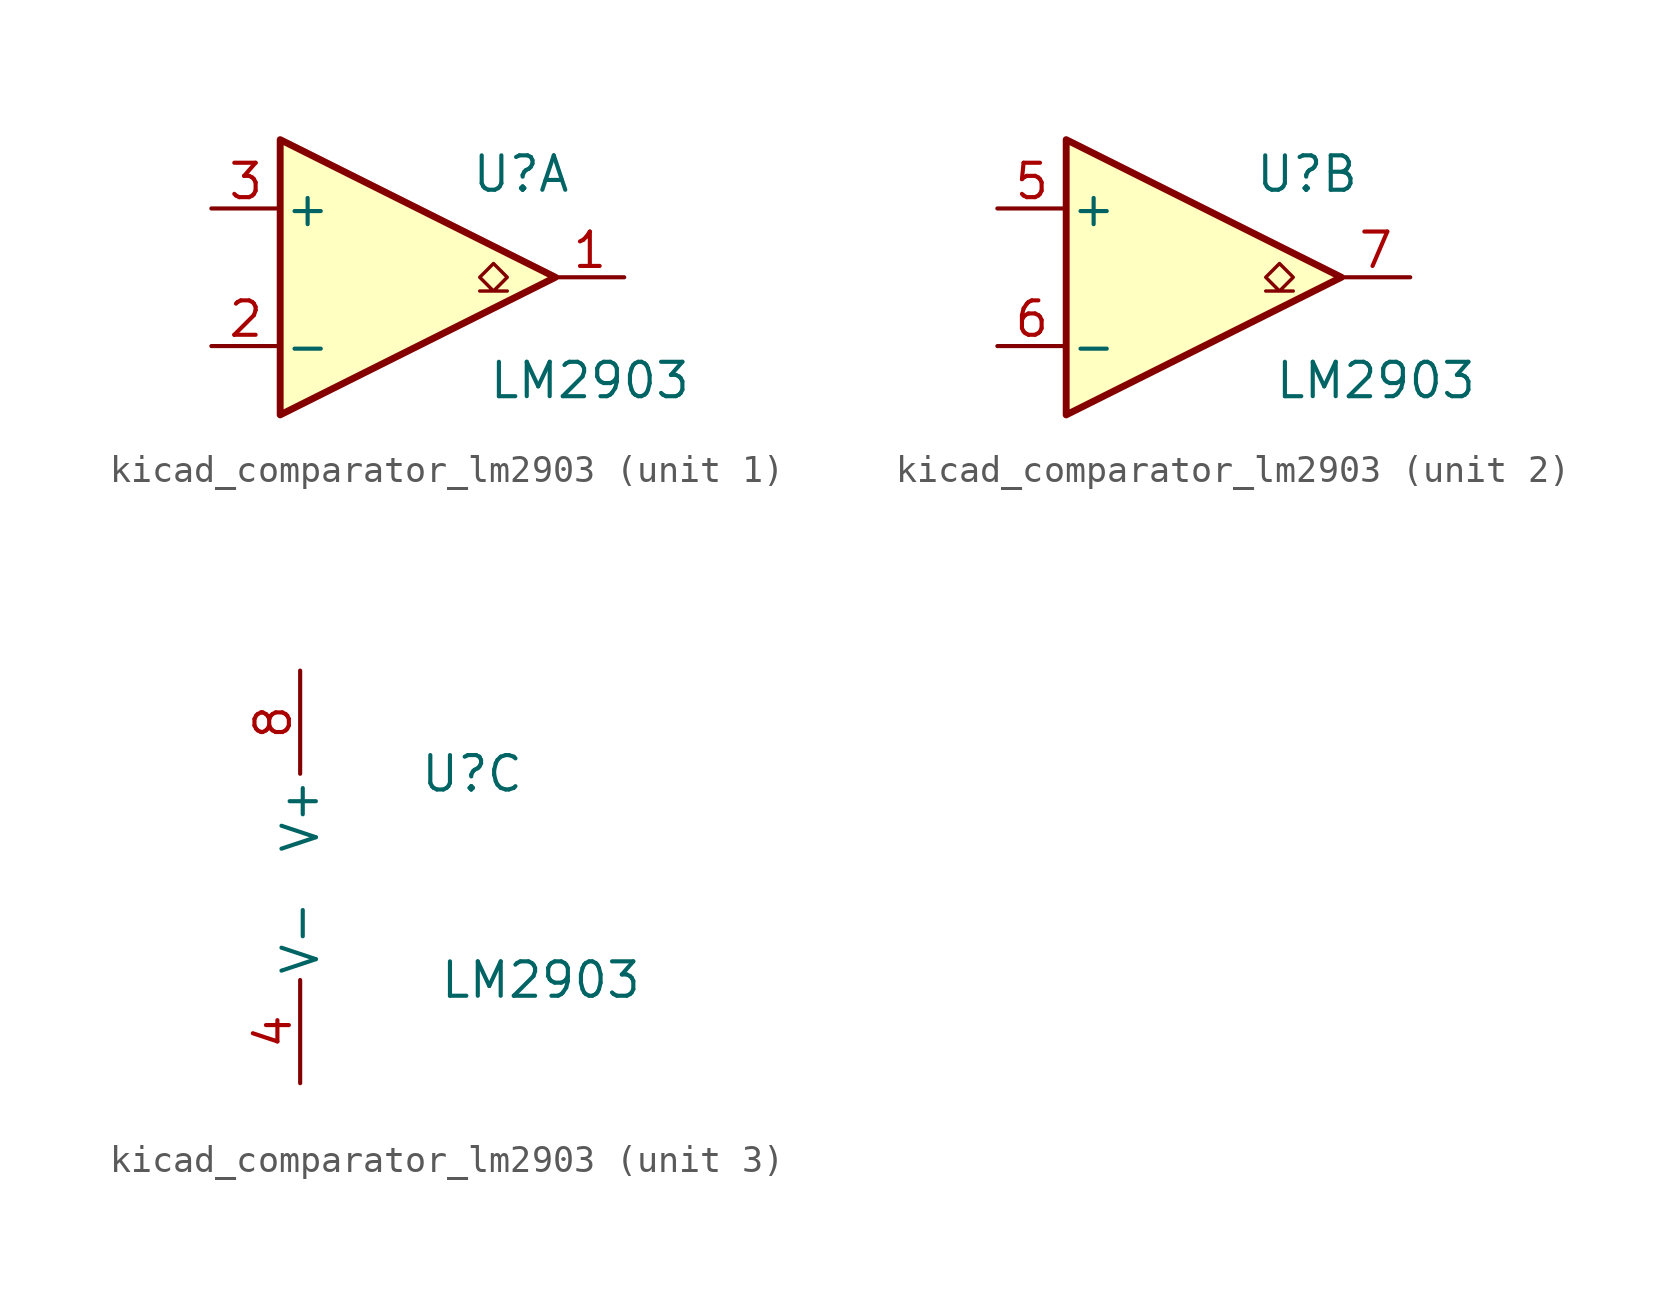
<source format=kicad_sym>
(kicad_symbol_lib
  (version 20220914)
  (generator kicad_symbol_editor)
  (symbol "kicad_comparator_lm2903"
    (pin_names
      (offset 0.127))
    (property "Reference" "U"
      (at 3.81 3.81 0)
      (effects (font (size 1.27 1.27))))
    (property "Value" "LM2903"
      (at 6.35 -3.81 0)
      (effects (font (size 1.27 1.27))))
    (property "ki_locked" ""
      (at 0 0 0)
      (effects (font (size 1.27 1.27))))
    (symbol "kicad_comparator_lm2903_1_1"
      (polyline (pts (xy -5.08 5.08) (xy 5.08 0) (xy -5.08 -5.08) (xy -5.08 5.08)) (stroke (width 0.254) (type default)) (fill (type background)))
      (polyline (pts (xy 3.302 -0.508) (xy 2.794 -0.508) (xy 3.302 0) (xy 2.794 0.508) (xy 2.286 0) (xy 2.794 -0.508) (xy 2.286 -0.508)) (stroke (width 0.127) (type default)) (fill (type none)))
      (pin open_collector line (at 7.62 0 180) (length 2.54) (name "~" (effects (font (size 1.27 1.27)))) (number "1" (effects (font (size 1.27 1.27)))))
      (pin input line (at -7.62 -2.54 0) (length 2.54) (name "-" (effects (font (size 1.27 1.27)))) (number "2" (effects (font (size 1.27 1.27)))))
      (pin input line (at -7.62 2.54 0) (length 2.54) (name "+" (effects (font (size 1.27 1.27)))) (number "3" (effects (font (size 1.27 1.27))))))
    (symbol "kicad_comparator_lm2903_2_1"
      (polyline (pts (xy -5.08 5.08) (xy 5.08 0) (xy -5.08 -5.08) (xy -5.08 5.08)) (stroke (width 0.254) (type default)) (fill (type background)))
      (polyline (pts (xy 3.302 -0.508) (xy 2.794 -0.508) (xy 3.302 0) (xy 2.794 0.508) (xy 2.286 0) (xy 2.794 -0.508) (xy 2.286 -0.508)) (stroke (width 0.127) (type default)) (fill (type none)))
      (pin input line (at -7.62 2.54 0) (length 2.54) (name "+" (effects (font (size 1.27 1.27)))) (number "5" (effects (font (size 1.27 1.27)))))
      (pin input line (at -7.62 -2.54 0) (length 2.54) (name "-" (effects (font (size 1.27 1.27)))) (number "6" (effects (font (size 1.27 1.27)))))
      (pin open_collector line (at 7.62 0 180) (length 2.54) (name "~" (effects (font (size 1.27 1.27)))) (number "7" (effects (font (size 1.27 1.27))))))
    (symbol "kicad_comparator_lm2903_3_1"
      (pin power_in line (at -2.54 -7.62 90) (length 3.81) (name "V-" (effects (font (size 1.27 1.27)))) (number "4" (effects (font (size 1.27 1.27)))))
      (pin power_in line (at -2.54 7.62 270) (length 3.81) (name "V+" (effects (font (size 1.27 1.27)))) (number "8" (effects (font (size 1.27 1.27))))))))
</source>
